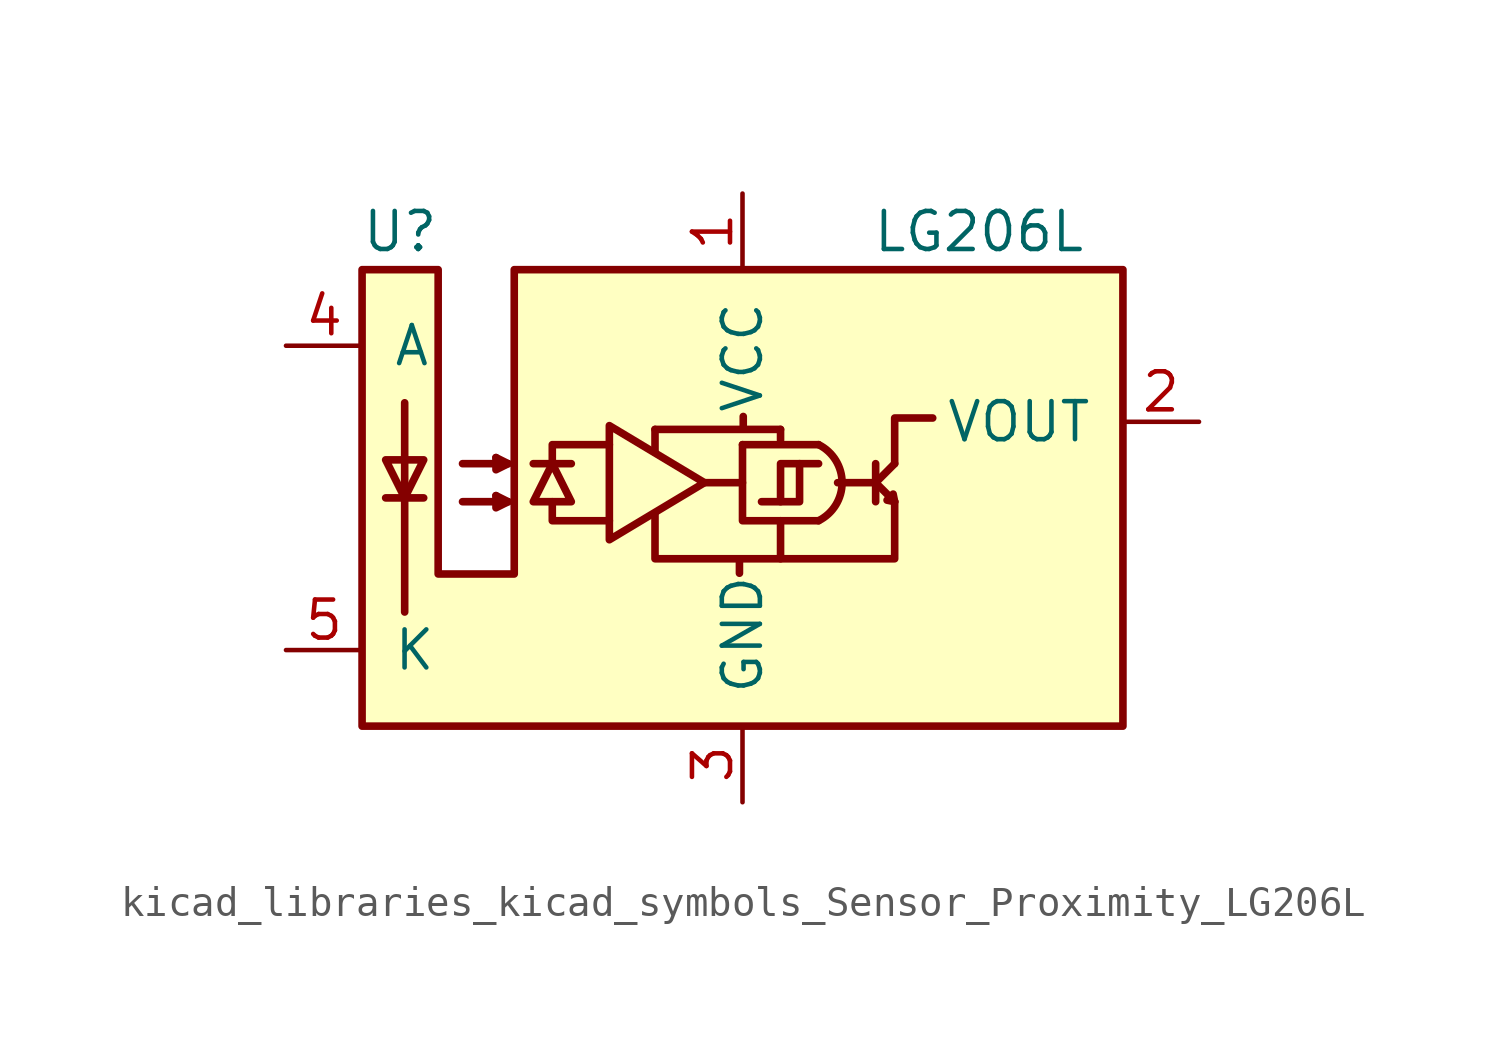
<source format=kicad_sym>
(kicad_symbol_lib
  (version 20220914)
  (generator kicad_symbol_editor)
  (symbol "kicad_libraries_kicad_symbols_Sensor_Proximity_LG206L"
    (pin_names
      (offset 1.016))
    (property "Reference" "U"
      (at -11.43 8.89 0)
      (effects (font (size 1.27 1.27))))
    (property "Value" "LG206L"
      (at 4.318 8.89 0)
      (effects (font (size 1.27 1.27)) (justify left)))
    (symbol "kicad_libraries_kicad_symbols_Sensor_Proximity_LG206L_0_1"
      (polyline (pts (xy -11.913 0) (xy -10.643 0)) (stroke (width 0.254) (type default)) (fill (type none)))
      (polyline (pts (xy -11.278 -3.81) (xy -11.278 3.175)) (stroke (width 0.254) (type default)) (fill (type none)))
      (polyline (pts (xy -6.985 1.143) (xy -5.715 1.143)) (stroke (width 0.254) (type default)) (fill (type none)))
      (polyline (pts (xy -2.921 1.524) (xy -2.921 2.286)) (stroke (width 0.254) (type default)) (fill (type none)))
      (polyline (pts (xy -2.921 2.286) (xy 1.27 2.286)) (stroke (width 0.254) (type default)) (fill (type none)))
      (polyline (pts (xy -1.27 0.508) (xy 0 0.508)) (stroke (width 0.254) (type default)) (fill (type none)))
      (polyline (pts (xy -0.102 -2.515) (xy -0.102 -2.083)) (stroke (width 0.254) (type default)) (fill (type none)))
      (polyline (pts (xy 0 1.778) (xy 2.54 1.778)) (stroke (width 0.254) (type default)) (fill (type none)))
      (polyline (pts (xy 0.025 2.311) (xy 0.025 2.718)) (stroke (width 0.254) (type default)) (fill (type none)))
      (polyline (pts (xy 1.27 1.93) (xy 1.27 2.286)) (stroke (width 0.254) (type default)) (fill (type none)))
      (polyline (pts (xy 3.175 0.508) (xy 4.445 0.508)) (stroke (width 0.254) (type default)) (fill (type none)))
      (polyline (pts (xy 4.445 0.508) (xy 5.08 -0.127)) (stroke (width 0.254) (type default)) (fill (type none)))
      (polyline (pts (xy 4.445 0.508) (xy 5.08 1.143)) (stroke (width 0.254) (type default)) (fill (type none)))
      (polyline (pts (xy 4.445 1.143) (xy 4.445 -0.127)) (stroke (width 0.254) (type default)) (fill (type none)))
      (polyline (pts (xy -9.347 -0.127) (xy -7.823 -0.127) (xy -8.23 0.076)) (stroke (width 0.254) (type default)) (fill (type none)))
      (polyline (pts (xy -9.347 1.143) (xy -7.823 1.143) (xy -8.23 1.346)) (stroke (width 0.254) (type default)) (fill (type none)))
      (polyline (pts (xy -8.23 0.076) (xy -8.23 -0.33) (xy -7.823 -0.127)) (stroke (width 0.254) (type default)) (fill (type none)))
      (polyline (pts (xy -8.23 1.346) (xy -8.23 0.94) (xy -7.823 1.143)) (stroke (width 0.254) (type default)) (fill (type none)))
      (polyline (pts (xy -6.35 -0.127) (xy -6.35 -0.762) (xy -4.445 -0.762)) (stroke (width 0.254) (type default)) (fill (type none)))
      (polyline (pts (xy -6.35 1.143) (xy -6.35 1.778) (xy -4.445 1.778)) (stroke (width 0.254) (type default)) (fill (type none)))
      (polyline (pts (xy 0 1.778) (xy 0 -0.762) (xy 2.54 -0.762)) (stroke (width 0.254) (type default)) (fill (type none)))
      (polyline (pts (xy 1.27 -2.032) (xy -2.921 -2.032) (xy -2.921 -0.508)) (stroke (width 0.254) (type default)) (fill (type none)))
      (polyline (pts (xy 1.905 1.143) (xy 1.27 1.143) (xy 1.27 -0.127)) (stroke (width 0.254) (type default)) (fill (type none)))
      (polyline (pts (xy 5.08 1.143) (xy 5.08 2.667) (xy 6.35 2.667)) (stroke (width 0.254) (type default)) (fill (type none)))
      (polyline (pts (xy -11.913 1.27) (xy -10.643 1.27) (xy -11.278 0) (xy -11.913 1.27)) (stroke (width 0.254) (type default)) (fill (type none)))
      (polyline (pts (xy -6.985 -0.127) (xy -5.715 -0.127) (xy -6.35 1.143) (xy -6.985 -0.127)) (stroke (width 0.254) (type default)) (fill (type none)))
      (polyline (pts (xy -4.445 2.413) (xy -4.445 -1.397) (xy -1.27 0.508) (xy -4.445 2.413)) (stroke (width 0.254) (type default)) (fill (type none)))
      (polyline (pts (xy 0.635 -0.127) (xy 1.905 -0.127) (xy 1.905 1.143) (xy 2.54 1.143)) (stroke (width 0.254) (type default)) (fill (type none)))
      (polyline (pts (xy 1.27 -0.762) (xy 1.27 -2.032) (xy 5.08 -2.032) (xy 5.08 -0.127)) (stroke (width 0.254) (type default)) (fill (type none)))
      (polyline (pts (xy 5.08 -0.127) (xy 4.826 -0.076) (xy 5.029 0.127) (xy 5.08 -0.127)) (stroke (width 0.254) (type default)) (fill (type none)))
      (polyline (pts (xy -12.7 -7.62) (xy 12.7 -7.62) (xy 12.7 7.62) (xy -7.62 7.62) (xy -7.62 -2.54) (xy -10.16 -2.54) (xy -10.16 7.62) (xy -12.7 7.62) (xy -12.7 -7.62)) (stroke (width 0.254) (type default)) (fill (type background)))
      (arc (start 2.54 -0.762) (mid 3.3249 0.508) (end 2.54 1.778) (stroke (width 0.254) (type default)) (fill (type none))))
    (symbol "kicad_libraries_kicad_symbols_Sensor_Proximity_LG206L_1_1"
      (pin power_in line (at 0 10.16 270) (length 2.54) (name "VCC" (effects (font (size 1.27 1.27)))) (number "1" (effects (font (size 1.27 1.27)))))
      (pin open_collector line (at 15.24 2.54 180) (length 2.54) (name "VOUT" (effects (font (size 1.27 1.27)))) (number "2" (effects (font (size 1.27 1.27)))))
      (pin power_in line (at 0 -10.16 90) (length 2.54) (name "GND" (effects (font (size 1.27 1.27)))) (number "3" (effects (font (size 1.27 1.27)))))
      (pin passive line (at -15.24 5.08 0) (length 2.54) (name "A" (effects (font (size 1.27 1.27)))) (number "4" (effects (font (size 1.27 1.27)))))
      (pin passive line (at -15.24 -5.08 0) (length 2.54) (name "K" (effects (font (size 1.27 1.27)))) (number "5" (effects (font (size 1.27 1.27))))))))
</source>
